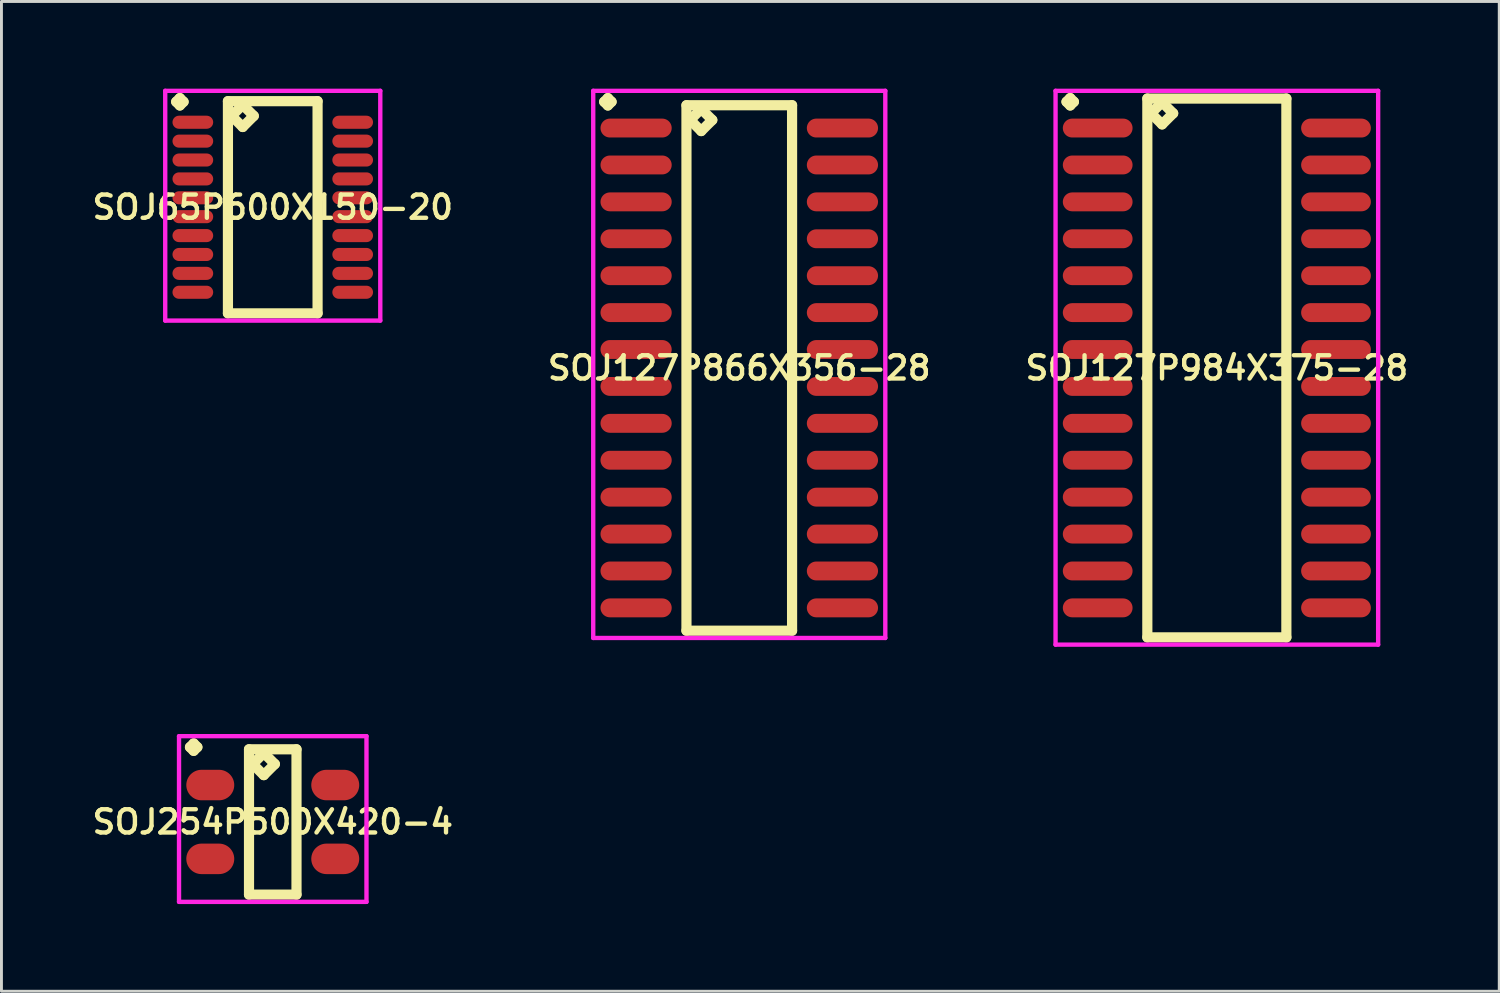
<source format=kicad_pcb>
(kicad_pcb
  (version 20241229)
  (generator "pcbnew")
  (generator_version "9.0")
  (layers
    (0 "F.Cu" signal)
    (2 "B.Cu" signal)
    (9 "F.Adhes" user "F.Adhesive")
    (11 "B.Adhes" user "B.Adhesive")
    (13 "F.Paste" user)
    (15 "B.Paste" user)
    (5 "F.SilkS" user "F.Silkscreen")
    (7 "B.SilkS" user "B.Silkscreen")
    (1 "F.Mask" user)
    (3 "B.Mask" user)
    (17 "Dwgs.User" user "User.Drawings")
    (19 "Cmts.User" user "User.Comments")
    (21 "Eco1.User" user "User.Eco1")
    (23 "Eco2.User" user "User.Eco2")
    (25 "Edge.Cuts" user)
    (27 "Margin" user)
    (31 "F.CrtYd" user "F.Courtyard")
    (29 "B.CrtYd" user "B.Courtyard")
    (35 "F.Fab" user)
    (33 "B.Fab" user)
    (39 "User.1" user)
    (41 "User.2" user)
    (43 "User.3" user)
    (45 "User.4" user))
  (footprint "SOJ127P866X356-28"
    (layer "F.Cu")
    (at 22.387 9.611)
    (property "Reference" "SOJ127P866X356-28" (at 0 0 0) (layer "F.SilkS") (effects (font (size 0.8 0.8) (thickness 0.15))))
    (attr smd)
    (fp_line (start -4.648 -9.159) (end -4.521 -9.286) (stroke (width 0.35) (type solid)) (layer "F.SilkS"))
    (fp_line (start -4.521 -9.286) (end -4.394 -9.159) (stroke (width 0.35) (type solid)) (layer "F.SilkS"))
    (fp_line (start -4.521 -9.032) (end -4.648 -9.159) (stroke (width 0.35) (type solid)) (layer "F.SilkS"))
    (fp_line (start -4.394 -9.159) (end -4.521 -9.032) (stroke (width 0.35) (type solid)) (layer "F.SilkS"))
    (fp_line (start -1.817 -9.04) (end -1.817 9.04) (stroke (width 0.35) (type solid)) (layer "F.SilkS"))
    (fp_line (start -1.817 9.04) (end 1.817 9.04) (stroke (width 0.35) (type solid)) (layer "F.SilkS"))
    (fp_line (start -1.69 -8.532) (end -1.309 -8.913) (stroke (width 0.35) (type solid)) (layer "F.SilkS"))
    (fp_line (start -1.309 -8.913) (end -0.928 -8.532) (stroke (width 0.35) (type solid)) (layer "F.SilkS"))
    (fp_line (start -1.309 -8.151) (end -1.69 -8.532) (stroke (width 0.35) (type solid)) (layer "F.SilkS"))
    (fp_line (start -0.928 -8.532) (end -1.309 -8.151) (stroke (width 0.35) (type solid)) (layer "F.SilkS"))
    (fp_line (start 1.817 -9.04) (end -1.817 -9.04) (stroke (width 0.35) (type solid)) (layer "F.SilkS"))
    (fp_line (start 1.817 9.04) (end 1.817 -9.04) (stroke (width 0.35) (type solid)) (layer "F.SilkS"))
    (fp_line (start -5.025 -9.536) (end 5.025 -9.536) (stroke (width 0.15) (type solid)) (layer "F.CrtYd"))
    (fp_line (start -5.025 9.29) (end -5.025 -9.536) (stroke (width 0.15) (type solid)) (layer "F.CrtYd"))
    (fp_line (start 5.025 -9.536) (end 5.025 9.29) (stroke (width 0.15) (type solid)) (layer "F.CrtYd"))
    (fp_line (start 5.025 9.29) (end -5.025 9.29) (stroke (width 0.15) (type solid)) (layer "F.CrtYd"))
    (pad "1" smd oval (at -3.55 -8.255) (size 2.45 0.65) (layers "F.Cu" "F.Mask" "F.Paste"))
    (pad "2" smd oval (at -3.55 -6.985) (size 2.45 0.65) (layers "F.Cu" "F.Mask" "F.Paste"))
    (pad "3" smd oval (at -3.55 -5.715) (size 2.45 0.65) (layers "F.Cu" "F.Mask" "F.Paste"))
    (pad "4" smd oval (at -3.55 -4.445) (size 2.45 0.65) (layers "F.Cu" "F.Mask" "F.Paste"))
    (pad "5" smd oval (at -3.55 -3.175) (size 2.45 0.65) (layers "F.Cu" "F.Mask" "F.Paste"))
    (pad "6" smd oval (at -3.55 -1.905) (size 2.45 0.65) (layers "F.Cu" "F.Mask" "F.Paste"))
    (pad "7" smd oval (at -3.55 -0.635) (size 2.45 0.65) (layers "F.Cu" "F.Mask" "F.Paste"))
    (pad "8" smd oval (at -3.55 0.635) (size 2.45 0.65) (layers "F.Cu" "F.Mask" "F.Paste"))
    (pad "9" smd oval (at -3.55 1.905) (size 2.45 0.65) (layers "F.Cu" "F.Mask" "F.Paste"))
    (pad "10" smd oval (at -3.55 3.175) (size 2.45 0.65) (layers "F.Cu" "F.Mask" "F.Paste"))
    (pad "11" smd oval (at -3.55 4.445) (size 2.45 0.65) (layers "F.Cu" "F.Mask" "F.Paste"))
    (pad "12" smd oval (at -3.55 5.715) (size 2.45 0.65) (layers "F.Cu" "F.Mask" "F.Paste"))
    (pad "13" smd oval (at -3.55 6.985) (size 2.45 0.65) (layers "F.Cu" "F.Mask" "F.Paste"))
    (pad "14" smd oval (at -3.55 8.255) (size 2.45 0.65) (layers "F.Cu" "F.Mask" "F.Paste"))
    (pad "15" smd oval (at 3.55 8.255) (size 2.45 0.65) (layers "F.Cu" "F.Mask" "F.Paste"))
    (pad "16" smd oval (at 3.55 6.985) (size 2.45 0.65) (layers "F.Cu" "F.Mask" "F.Paste"))
    (pad "17" smd oval (at 3.55 5.715) (size 2.45 0.65) (layers "F.Cu" "F.Mask" "F.Paste"))
    (pad "18" smd oval (at 3.55 4.445) (size 2.45 0.65) (layers "F.Cu" "F.Mask" "F.Paste"))
    (pad "19" smd oval (at 3.55 3.175) (size 2.45 0.65) (layers "F.Cu" "F.Mask" "F.Paste"))
    (pad "20" smd oval (at 3.55 1.905) (size 2.45 0.65) (layers "F.Cu" "F.Mask" "F.Paste"))
    (pad "21" smd oval (at 3.55 0.635) (size 2.45 0.65) (layers "F.Cu" "F.Mask" "F.Paste"))
    (pad "22" smd oval (at 3.55 -0.635) (size 2.45 0.65) (layers "F.Cu" "F.Mask" "F.Paste"))
    (pad "23" smd oval (at 3.55 -1.905) (size 2.45 0.65) (layers "F.Cu" "F.Mask" "F.Paste"))
    (pad "24" smd oval (at 3.55 -3.175) (size 2.45 0.65) (layers "F.Cu" "F.Mask" "F.Paste"))
    (pad "25" smd oval (at 3.55 -4.445) (size 2.45 0.65) (layers "F.Cu" "F.Mask" "F.Paste"))
    (pad "26" smd oval (at 3.55 -5.715) (size 2.45 0.65) (layers "F.Cu" "F.Mask" "F.Paste"))
    (pad "27" smd oval (at 3.55 -6.985) (size 2.45 0.65) (layers "F.Cu" "F.Mask" "F.Paste"))
    (pad "28" smd oval (at 3.55 -8.255) (size 2.45 0.65) (layers "F.Cu" "F.Mask" "F.Paste")))
  (footprint "SOJ127P984X375-28"
    (layer "F.Cu")
    (at 38.82 9.611)
    (property "Reference" "SOJ127P984X375-28" (at 0 0 0) (layer "F.SilkS") (effects (font (size 0.8 0.8) (thickness 0.15))))
    (attr through_hole)
    (fp_line (start -5.173 -9.159) (end -5.046 -9.286) (stroke (width 0.35) (type solid)) (layer "F.SilkS"))
    (fp_line (start -5.046 -9.286) (end -4.919 -9.159) (stroke (width 0.35) (type solid)) (layer "F.SilkS"))
    (fp_line (start -5.046 -9.032) (end -5.173 -9.159) (stroke (width 0.35) (type solid)) (layer "F.SilkS"))
    (fp_line (start -4.919 -9.159) (end -5.046 -9.032) (stroke (width 0.35) (type solid)) (layer "F.SilkS"))
    (fp_line (start -2.392 -9.27) (end -2.392 9.27) (stroke (width 0.35) (type solid)) (layer "F.SilkS"))
    (fp_line (start -2.392 9.27) (end 2.392 9.27) (stroke (width 0.35) (type solid)) (layer "F.SilkS"))
    (fp_line (start -2.265 -8.762) (end -1.884 -9.143) (stroke (width 0.35) (type solid)) (layer "F.SilkS"))
    (fp_line (start -1.884 -9.143) (end -1.503 -8.762) (stroke (width 0.35) (type solid)) (layer "F.SilkS"))
    (fp_line (start -1.884 -8.381) (end -2.265 -8.762) (stroke (width 0.35) (type solid)) (layer "F.SilkS"))
    (fp_line (start -1.503 -8.762) (end -1.884 -8.381) (stroke (width 0.35) (type solid)) (layer "F.SilkS"))
    (fp_line (start 2.392 -9.27) (end -2.392 -9.27) (stroke (width 0.35) (type solid)) (layer "F.SilkS"))
    (fp_line (start 2.392 9.27) (end 2.392 -9.27) (stroke (width 0.35) (type solid)) (layer "F.SilkS"))
    (fp_line (start -5.55 -9.536) (end 5.55 -9.536) (stroke (width 0.15) (type solid)) (layer "F.CrtYd"))
    (fp_line (start -5.55 9.52) (end -5.55 -9.536) (stroke (width 0.15) (type solid)) (layer "F.CrtYd"))
    (fp_line (start 5.55 -9.536) (end 5.55 9.52) (stroke (width 0.15) (type solid)) (layer "F.CrtYd"))
    (fp_line (start 5.55 9.52) (end -5.55 9.52) (stroke (width 0.15) (type solid)) (layer "F.CrtYd"))
    (pad "1" smd oval (at -4.1 -8.255) (size 2.4 0.65) (layers "F.Cu" "F.Mask" "F.Paste"))
    (pad "2" smd oval (at -4.1 -6.985) (size 2.4 0.65) (layers "F.Cu" "F.Mask" "F.Paste"))
    (pad "3" smd oval (at -4.1 -5.715) (size 2.4 0.65) (layers "F.Cu" "F.Mask" "F.Paste"))
    (pad "4" smd oval (at -4.1 -4.445) (size 2.4 0.65) (layers "F.Cu" "F.Mask" "F.Paste"))
    (pad "5" smd oval (at -4.1 -3.175) (size 2.4 0.65) (layers "F.Cu" "F.Mask" "F.Paste"))
    (pad "6" smd oval (at -4.1 -1.905) (size 2.4 0.65) (layers "F.Cu" "F.Mask" "F.Paste"))
    (pad "7" smd oval (at -4.1 -0.635) (size 2.4 0.65) (layers "F.Cu" "F.Mask" "F.Paste"))
    (pad "8" smd oval (at -4.1 0.635) (size 2.4 0.65) (layers "F.Cu" "F.Mask" "F.Paste"))
    (pad "9" smd oval (at -4.1 1.905) (size 2.4 0.65) (layers "F.Cu" "F.Mask" "F.Paste"))
    (pad "10" smd oval (at -4.1 3.175) (size 2.4 0.65) (layers "F.Cu" "F.Mask" "F.Paste"))
    (pad "11" smd oval (at -4.1 4.445) (size 2.4 0.65) (layers "F.Cu" "F.Mask" "F.Paste"))
    (pad "12" smd oval (at -4.1 5.715) (size 2.4 0.65) (layers "F.Cu" "F.Mask" "F.Paste"))
    (pad "13" smd oval (at -4.1 6.985) (size 2.4 0.65) (layers "F.Cu" "F.Mask" "F.Paste"))
    (pad "14" smd oval (at -4.1 8.255) (size 2.4 0.65) (layers "F.Cu" "F.Mask" "F.Paste"))
    (pad "15" smd oval (at 4.1 8.255) (size 2.4 0.65) (layers "F.Cu" "F.Mask" "F.Paste"))
    (pad "16" smd oval (at 4.1 6.985) (size 2.4 0.65) (layers "F.Cu" "F.Mask" "F.Paste"))
    (pad "17" smd oval (at 4.1 5.715) (size 2.4 0.65) (layers "F.Cu" "F.Mask" "F.Paste"))
    (pad "18" smd oval (at 4.1 4.445) (size 2.4 0.65) (layers "F.Cu" "F.Mask" "F.Paste"))
    (pad "19" smd oval (at 4.1 3.175) (size 2.4 0.65) (layers "F.Cu" "F.Mask" "F.Paste"))
    (pad "20" smd oval (at 4.1 1.905) (size 2.4 0.65) (layers "F.Cu" "F.Mask" "F.Paste"))
    (pad "21" smd oval (at 4.1 0.635) (size 2.4 0.65) (layers "F.Cu" "F.Mask" "F.Paste"))
    (pad "22" smd oval (at 4.1 -0.635) (size 2.4 0.65) (layers "F.Cu" "F.Mask" "F.Paste"))
    (pad "23" smd oval (at 4.1 -1.905) (size 2.4 0.65) (layers "F.Cu" "F.Mask" "F.Paste"))
    (pad "24" smd oval (at 4.1 -3.175) (size 2.4 0.65) (layers "F.Cu" "F.Mask" "F.Paste"))
    (pad "25" smd oval (at 4.1 -4.445) (size 2.4 0.65) (layers "F.Cu" "F.Mask" "F.Paste"))
    (pad "26" smd oval (at 4.1 -5.715) (size 2.4 0.65) (layers "F.Cu" "F.Mask" "F.Paste"))
    (pad "27" smd oval (at 4.1 -6.985) (size 2.4 0.65) (layers "F.Cu" "F.Mask" "F.Paste"))
    (pad "28" smd oval (at 4.1 -8.255) (size 2.4 0.65) (layers "F.Cu" "F.Mask" "F.Paste")))
  (footprint "SOJ65P600X150-20"
    (layer "F.Cu")
    (at 6.335 4.081)
    (property "Reference" "SOJ65P600X150-20" (at 0 0 0) (layer "F.SilkS") (effects (font (size 0.8 0.8) (thickness 0.15))))
    (attr smd)
    (fp_line (start -3.323 -3.629) (end -3.196 -3.756) (stroke (width 0.35) (type solid)) (layer "F.SilkS"))
    (fp_line (start -3.196 -3.756) (end -3.069 -3.629) (stroke (width 0.35) (type solid)) (layer "F.SilkS"))
    (fp_line (start -3.196 -3.502) (end -3.323 -3.629) (stroke (width 0.35) (type solid)) (layer "F.SilkS"))
    (fp_line (start -3.069 -3.629) (end -3.196 -3.502) (stroke (width 0.35) (type solid)) (layer "F.SilkS"))
    (fp_line (start -1.542 -3.65) (end -1.542 3.65) (stroke (width 0.35) (type solid)) (layer "F.SilkS"))
    (fp_line (start -1.542 3.65) (end 1.542 3.65) (stroke (width 0.35) (type solid)) (layer "F.SilkS"))
    (fp_line (start -1.415 -3.142) (end -1.034 -3.523) (stroke (width 0.35) (type solid)) (layer "F.SilkS"))
    (fp_line (start -1.034 -3.523) (end -0.653 -3.142) (stroke (width 0.35) (type solid)) (layer "F.SilkS"))
    (fp_line (start -1.034 -2.761) (end -1.415 -3.142) (stroke (width 0.35) (type solid)) (layer "F.SilkS"))
    (fp_line (start -0.653 -3.142) (end -1.034 -2.761) (stroke (width 0.35) (type solid)) (layer "F.SilkS"))
    (fp_line (start 1.542 -3.65) (end -1.542 -3.65) (stroke (width 0.35) (type solid)) (layer "F.SilkS"))
    (fp_line (start 1.542 3.65) (end 1.542 -3.65) (stroke (width 0.35) (type solid)) (layer "F.SilkS"))
    (fp_line (start -3.7 -4.006) (end 3.7 -4.006) (stroke (width 0.15) (type solid)) (layer "F.CrtYd"))
    (fp_line (start -3.7 3.9) (end -3.7 -4.006) (stroke (width 0.15) (type solid)) (layer "F.CrtYd"))
    (fp_line (start 3.7 -4.006) (end 3.7 3.9) (stroke (width 0.15) (type solid)) (layer "F.CrtYd"))
    (fp_line (start 3.7 3.9) (end -3.7 3.9) (stroke (width 0.15) (type solid)) (layer "F.CrtYd"))
    (pad "1" smd oval (at -2.75 -2.925) (size 1.4 0.45) (layers "F.Cu" "F.Mask" "F.Paste"))
    (pad "2" smd oval (at -2.75 -2.275) (size 1.4 0.45) (layers "F.Cu" "F.Mask" "F.Paste"))
    (pad "3" smd oval (at -2.75 -1.625) (size 1.4 0.45) (layers "F.Cu" "F.Mask" "F.Paste"))
    (pad "4" smd oval (at -2.75 -0.975) (size 1.4 0.45) (layers "F.Cu" "F.Mask" "F.Paste"))
    (pad "5" smd oval (at -2.75 -0.325) (size 1.4 0.45) (layers "F.Cu" "F.Mask" "F.Paste"))
    (pad "6" smd oval (at -2.75 0.325) (size 1.4 0.45) (layers "F.Cu" "F.Mask" "F.Paste"))
    (pad "7" smd oval (at -2.75 0.975) (size 1.4 0.45) (layers "F.Cu" "F.Mask" "F.Paste"))
    (pad "8" smd oval (at -2.75 1.625) (size 1.4 0.45) (layers "F.Cu" "F.Mask" "F.Paste"))
    (pad "9" smd oval (at -2.75 2.275) (size 1.4 0.45) (layers "F.Cu" "F.Mask" "F.Paste"))
    (pad "10" smd oval (at -2.75 2.925) (size 1.4 0.45) (layers "F.Cu" "F.Mask" "F.Paste"))
    (pad "11" smd oval (at 2.75 2.925) (size 1.4 0.45) (layers "F.Cu" "F.Mask" "F.Paste"))
    (pad "12" smd oval (at 2.75 2.275) (size 1.4 0.45) (layers "F.Cu" "F.Mask" "F.Paste"))
    (pad "13" smd oval (at 2.75 1.625) (size 1.4 0.45) (layers "F.Cu" "F.Mask" "F.Paste"))
    (pad "14" smd oval (at 2.75 0.975) (size 1.4 0.45) (layers "F.Cu" "F.Mask" "F.Paste"))
    (pad "15" smd oval (at 2.75 0.325) (size 1.4 0.45) (layers "F.Cu" "F.Mask" "F.Paste"))
    (pad "16" smd oval (at 2.75 -0.325) (size 1.4 0.45) (layers "F.Cu" "F.Mask" "F.Paste"))
    (pad "17" smd oval (at 2.75 -0.975) (size 1.4 0.45) (layers "F.Cu" "F.Mask" "F.Paste"))
    (pad "18" smd oval (at 2.75 -1.625) (size 1.4 0.45) (layers "F.Cu" "F.Mask" "F.Paste"))
    (pad "19" smd oval (at 2.75 -2.275) (size 1.4 0.45) (layers "F.Cu" "F.Mask" "F.Paste"))
    (pad "20" smd oval (at 2.75 -2.925) (size 1.4 0.45) (layers "F.Cu" "F.Mask" "F.Paste")))
  (footprint "SOJ254P500X420-4"
    (layer "F.Cu")
    (at 6.335 25.232)
    (property "Reference" "SOJ254P500X420-4" (at 0 0 0) (layer "F.SilkS") (effects (font (size 0.8 0.8) (thickness 0.15))))
    (attr through_hole)
    (fp_line (start -2.848 -2.574) (end -2.721 -2.701) (stroke (width 0.35) (type solid)) (layer "F.SilkS"))
    (fp_line (start -2.721 -2.701) (end -2.594 -2.574) (stroke (width 0.35) (type solid)) (layer "F.SilkS"))
    (fp_line (start -2.721 -2.447) (end -2.848 -2.574) (stroke (width 0.35) (type solid)) (layer "F.SilkS"))
    (fp_line (start -2.594 -2.574) (end -2.721 -2.447) (stroke (width 0.35) (type solid)) (layer "F.SilkS"))
    (fp_line (start -0.817 -2.5) (end -0.817 2.5) (stroke (width 0.35) (type solid)) (layer "F.SilkS"))
    (fp_line (start -0.817 2.5) (end 0.817 2.5) (stroke (width 0.35) (type solid)) (layer "F.SilkS"))
    (fp_line (start -0.69 -1.992) (end -0.309 -2.373) (stroke (width 0.35) (type solid)) (layer "F.SilkS"))
    (fp_line (start -0.309 -2.373) (end 0.072 -1.992) (stroke (width 0.35) (type solid)) (layer "F.SilkS"))
    (fp_line (start -0.309 -1.611) (end -0.69 -1.992) (stroke (width 0.35) (type solid)) (layer "F.SilkS"))
    (fp_line (start 0.072 -1.992) (end -0.309 -1.611) (stroke (width 0.35) (type solid)) (layer "F.SilkS"))
    (fp_line (start 0.817 -2.5) (end -0.817 -2.5) (stroke (width 0.35) (type solid)) (layer "F.SilkS"))
    (fp_line (start 0.817 2.5) (end 0.817 -2.5) (stroke (width 0.35) (type solid)) (layer "F.SilkS"))
    (fp_line (start -3.225 -2.951) (end 3.225 -2.951) (stroke (width 0.15) (type solid)) (layer "F.CrtYd"))
    (fp_line (start -3.225 2.75) (end -3.225 -2.951) (stroke (width 0.15) (type solid)) (layer "F.CrtYd"))
    (fp_line (start 3.225 -2.951) (end 3.225 2.75) (stroke (width 0.15) (type solid)) (layer "F.CrtYd"))
    (fp_line (start 3.225 2.75) (end -3.225 2.75) (stroke (width 0.15) (type solid)) (layer "F.CrtYd"))
    (pad "1" smd oval (at -2.15 -1.27) (size 1.65 1.05) (layers "F.Cu" "F.Mask" "F.Paste"))
    (pad "2" smd oval (at -2.15 1.27) (size 1.65 1.05) (layers "F.Cu" "F.Mask" "F.Paste"))
    (pad "3" smd oval (at 2.15 1.27) (size 1.65 1.05) (layers "F.Cu" "F.Mask" "F.Paste"))
    (pad "4" smd oval (at 2.15 -1.27) (size 1.65 1.05) (layers "F.Cu" "F.Mask" "F.Paste")))
  (gr_rect
    (start -3 -3)
    (end 48.537 31.057)
    (stroke (width 0.1) (type default))
    (fill no)
    (layer "Edge.Cuts")))
</source>
